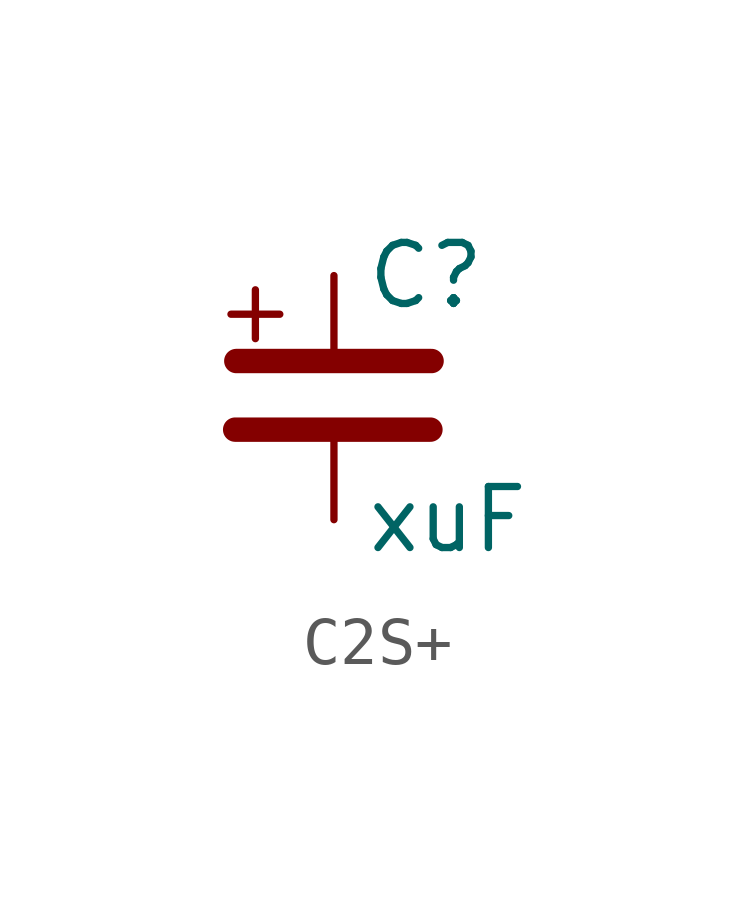
<source format=kicad_sym>
(kicad_symbol_lib
  (version 20241209)
  (generator "kicad_symbol_editor")
  (generator_version "9.0")
  (symbol "C2S+"
    (pin_numbers
      (hide yes))
    (pin_names
      (offset 0.254)
      (hide yes))
    (property "Reference" "C"
      (at 0.635 2.54 0)
      (effects (font (size 1.27 1.27)) (justify left)))
    (property "Value" "xuF"
      (at 0.635 -2.54 0)
      (effects (font (size 1.27 1.27)) (justify left)))
    (symbol "C2S+_0_1"
      (polyline (pts (xy -2.143 1.736) (xy -1.127 1.736)) (stroke (width 0) (type default)) (fill (type none)))
      (polyline (pts (xy -2.056 -0.666) (xy 2.008 -0.666)) (stroke (width 0.508) (type default)) (fill (type none)))
      (polyline (pts (xy -2.032 0.762) (xy 2.032 0.762)) (stroke (width 0.508) (type default)) (fill (type none)))
      (polyline (pts (xy -1.635 1.228) (xy -1.635 2.244)) (stroke (width 0) (type default)) (fill (type none))))
    (symbol "C2S+_1_1"
      (pin passive line (at 0 2.54 270) (length 1.524) (name "~" (effects (font (size 1.27 1.27)))) (number "1" (effects (font (size 1.27 1.27)))))
      (pin passive line (at 0 -2.54 90) (length 2.032) (name "~" (effects (font (size 1.27 1.27)))) (number "2" (effects (font (size 1.27 1.27))))))))
</source>
